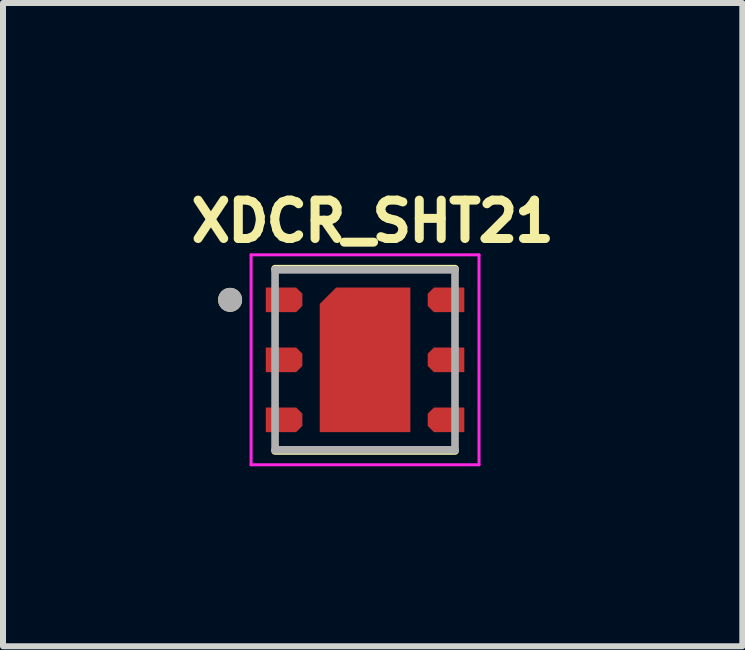
<source format=kicad_pcb>
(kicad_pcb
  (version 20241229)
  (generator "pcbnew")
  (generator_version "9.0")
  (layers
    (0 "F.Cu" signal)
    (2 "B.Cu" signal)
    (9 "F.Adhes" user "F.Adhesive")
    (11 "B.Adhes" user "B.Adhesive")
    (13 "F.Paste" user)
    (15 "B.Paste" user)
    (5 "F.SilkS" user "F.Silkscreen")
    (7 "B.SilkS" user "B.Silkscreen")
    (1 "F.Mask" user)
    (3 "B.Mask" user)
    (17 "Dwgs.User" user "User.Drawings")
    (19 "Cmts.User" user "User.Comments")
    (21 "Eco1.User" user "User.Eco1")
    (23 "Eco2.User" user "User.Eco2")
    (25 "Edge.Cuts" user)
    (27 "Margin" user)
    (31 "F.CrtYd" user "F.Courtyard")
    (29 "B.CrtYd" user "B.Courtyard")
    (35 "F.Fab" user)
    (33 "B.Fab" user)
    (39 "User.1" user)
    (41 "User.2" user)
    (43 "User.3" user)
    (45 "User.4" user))
  (footprint "XDCR_SHT21"
    (layer "F.Cu")
    (at 3.036 2.949)
    (property "Reference" "XDCR_SHT21" (at 0.127 -2.311 0) (layer "F.SilkS") (effects (font (size 0.64 0.64) (thickness 0.15))))
    (attr smd)
    (fp_poly (pts (xy -0.85 1.3) (xy -0.85 -0.971) (xy -0.521 -1.3) (xy 0.85 -1.3) (xy 0.85 1.3)) (stroke (width 0.01) (type solid)) (fill yes) (layer "F.Mask"))
    (fp_poly (pts (xy -1.75 -1.3) (xy -1.109 -1.3) (xy -0.95 -1.141) (xy -0.95 -0.859) (xy -1.109 -0.7) (xy -1.75 -0.7)) (stroke (width 0.01) (type solid)) (fill yes) (layer "F.Mask"))
    (fp_poly (pts (xy -1.75 -0.3) (xy -1.109 -0.3) (xy -0.95 -0.141) (xy -0.95 0.141) (xy -1.109 0.3) (xy -1.75 0.3)) (stroke (width 0.01) (type solid)) (fill yes) (layer "F.Mask"))
    (fp_poly (pts (xy -1.75 0.7) (xy -1.109 0.7) (xy -0.95 0.859) (xy -0.95 1.141) (xy -1.109 1.3) (xy -1.75 1.3)) (stroke (width 0.01) (type solid)) (fill yes) (layer "F.Mask"))
    (fp_poly (pts (xy 1.75 -1.3) (xy 1.109 -1.3) (xy 0.95 -1.141) (xy 0.95 -0.859) (xy 1.109 -0.7) (xy 1.75 -0.7)) (stroke (width 0.01) (type solid)) (fill yes) (layer "F.Mask"))
    (fp_poly (pts (xy 1.75 -0.3) (xy 1.109 -0.3) (xy 0.95 -0.141) (xy 0.95 0.141) (xy 1.109 0.3) (xy 1.75 0.3)) (stroke (width 0.01) (type solid)) (fill yes) (layer "F.Mask"))
    (fp_poly (pts (xy 1.75 0.7) (xy 1.109 0.7) (xy 0.95 0.859) (xy 0.95 1.141) (xy 1.109 1.3) (xy 1.75 1.3)) (stroke (width 0.01) (type solid)) (fill yes) (layer "F.Mask"))
    (fp_line (start -1.5 -1.52) (end 1.5 -1.52) (stroke (width 0.127) (type solid)) (layer "F.SilkS"))
    (fp_line (start 1.5 1.52) (end -1.5 1.52) (stroke (width 0.127) (type solid)) (layer "F.SilkS"))
    (fp_circle (center -2.25 -1) (end -2.15 -1) (stroke (width 0.2) (type solid)) (fill no) (layer "F.SilkS"))
    (fp_poly (pts (xy -0.475 -0.76) (xy 0.475 -0.76) (xy 0.475 0.76) (xy -0.475 0.76)) (stroke (width 0.01) (type solid)) (fill yes) (layer "F.Paste"))
    (fp_poly (pts (xy -1.65 -1.2) (xy -1.15 -1.2) (xy -1.05 -1.1) (xy -1.05 -0.9) (xy -1.15 -0.8) (xy -1.65 -0.8)) (stroke (width 0.01) (type solid)) (fill yes) (layer "F.Paste"))
    (fp_poly (pts (xy -1.65 -0.2) (xy -1.15 -0.2) (xy -1.05 -0.1) (xy -1.05 0.1) (xy -1.15 0.2) (xy -1.65 0.2)) (stroke (width 0.01) (type solid)) (fill yes) (layer "F.Paste"))
    (fp_poly (pts (xy -1.65 0.8) (xy -1.15 0.8) (xy -1.05 0.9) (xy -1.05 1.1) (xy -1.15 1.2) (xy -1.65 1.2)) (stroke (width 0.01) (type solid)) (fill yes) (layer "F.Paste"))
    (fp_poly (pts (xy 1.65 -1.2) (xy 1.15 -1.2) (xy 1.05 -1.1) (xy 1.05 -0.9) (xy 1.15 -0.8) (xy 1.65 -0.8)) (stroke (width 0.01) (type solid)) (fill yes) (layer "F.Paste"))
    (fp_poly (pts (xy 1.65 -0.2) (xy 1.15 -0.2) (xy 1.05 -0.1) (xy 1.05 0.1) (xy 1.15 0.2) (xy 1.65 0.2)) (stroke (width 0.01) (type solid)) (fill yes) (layer "F.Paste"))
    (fp_poly (pts (xy 1.65 0.8) (xy 1.15 0.8) (xy 1.05 0.9) (xy 1.05 1.1) (xy 1.15 1.2) (xy 1.65 1.2)) (stroke (width 0.01) (type solid)) (fill yes) (layer "F.Paste"))
    (fp_line (start -1.9 -1.75) (end 1.9 -1.75) (stroke (width 0.05) (type solid)) (layer "F.CrtYd"))
    (fp_line (start -1.9 1.75) (end -1.9 -1.75) (stroke (width 0.05) (type solid)) (layer "F.CrtYd"))
    (fp_line (start 1.9 -1.75) (end 1.9 1.75) (stroke (width 0.05) (type solid)) (layer "F.CrtYd"))
    (fp_line (start 1.9 1.75) (end -1.9 1.75) (stroke (width 0.05) (type solid)) (layer "F.CrtYd"))
    (fp_line (start -1.5 -1.5) (end 1.5 -1.5) (stroke (width 0.127) (type solid)) (layer "F.Fab"))
    (fp_line (start -1.5 1.5) (end -1.5 -1.5) (stroke (width 0.127) (type solid)) (layer "F.Fab"))
    (fp_line (start 1.5 -1.5) (end 1.5 1.5) (stroke (width 0.127) (type solid)) (layer "F.Fab"))
    (fp_line (start 1.5 1.5) (end -1.5 1.5) (stroke (width 0.127) (type solid)) (layer "F.Fab"))
    (fp_circle (center -2.25 -1) (end -2.15 -1) (stroke (width 0.2) (type solid)) (fill no) (layer "F.Fab"))
    (pad "1" smd custom (at -1.35 -1) (size 0.3 0.2) (layers "F.Cu") (options (anchor rect)) (primitives (gr_poly (pts (xy -0.3 -0.2) (xy 0.2 -0.2) (xy 0.3 -0.1) (xy 0.3 0.1) (xy 0.2 0.2) (xy -0.3 0.2)) (width 0.01) (fill yes))))
    (pad "2" smd custom (at -1.35 0) (size 0.3 0.2) (layers "F.Cu") (options (anchor rect)) (primitives (gr_poly (pts (xy -0.3 -0.2) (xy 0.2 -0.2) (xy 0.3 -0.1) (xy 0.3 0.1) (xy 0.2 0.2) (xy -0.3 0.2)) (width 0.01) (fill yes))))
    (pad "3" smd custom (at -1.35 1) (size 0.3 0.2) (layers "F.Cu") (options (anchor rect)) (primitives (gr_poly (pts (xy -0.3 -0.2) (xy 0.2 -0.2) (xy 0.3 -0.1) (xy 0.3 0.1) (xy 0.2 0.2) (xy -0.3 0.2)) (width 0.01) (fill yes))))
    (pad "4" smd custom (at 1.35 -1) (size 0.3 0.2) (layers "F.Cu") (options (anchor rect)) (primitives (gr_poly (pts (xy 0.3 -0.2) (xy -0.2 -0.2) (xy -0.3 -0.1) (xy -0.3 0.1) (xy -0.2 0.2) (xy 0.3 0.2)) (width 0.01) (fill yes))))
    (pad "5" smd custom (at 1.35 0) (size 0.3 0.2) (layers "F.Cu") (options (anchor rect)) (primitives (gr_poly (pts (xy 0.3 -0.2) (xy -0.2 -0.2) (xy -0.3 -0.1) (xy -0.3 0.1) (xy -0.2 0.2) (xy 0.3 0.2)) (width 0.01) (fill yes))))
    (pad "6" smd custom (at 1.35 1) (size 0.3 0.2) (layers "F.Cu") (options (anchor rect)) (primitives (gr_poly (pts (xy 0.3 -0.2) (xy -0.2 -0.2) (xy -0.3 -0.1) (xy -0.3 0.1) (xy -0.2 0.2) (xy 0.3 0.2)) (width 0.01) (fill yes))))
    (pad "7" smd custom (at 0 0) (size 0.5 1) (layers "F.Cu") (options (anchor rect)) (primitives (gr_poly (pts (xy -0.75 1.2) (xy -0.75 -0.93) (xy -0.48 -1.2) (xy 0.75 -1.2) (xy 0.75 1.2)) (width 0.01) (fill yes)))))
  (gr_rect
    (start -3 -3)
    (end 9.326 7.724)
    (stroke (width 0.1) (type default))
    (fill no)
    (layer "Edge.Cuts")))
</source>
